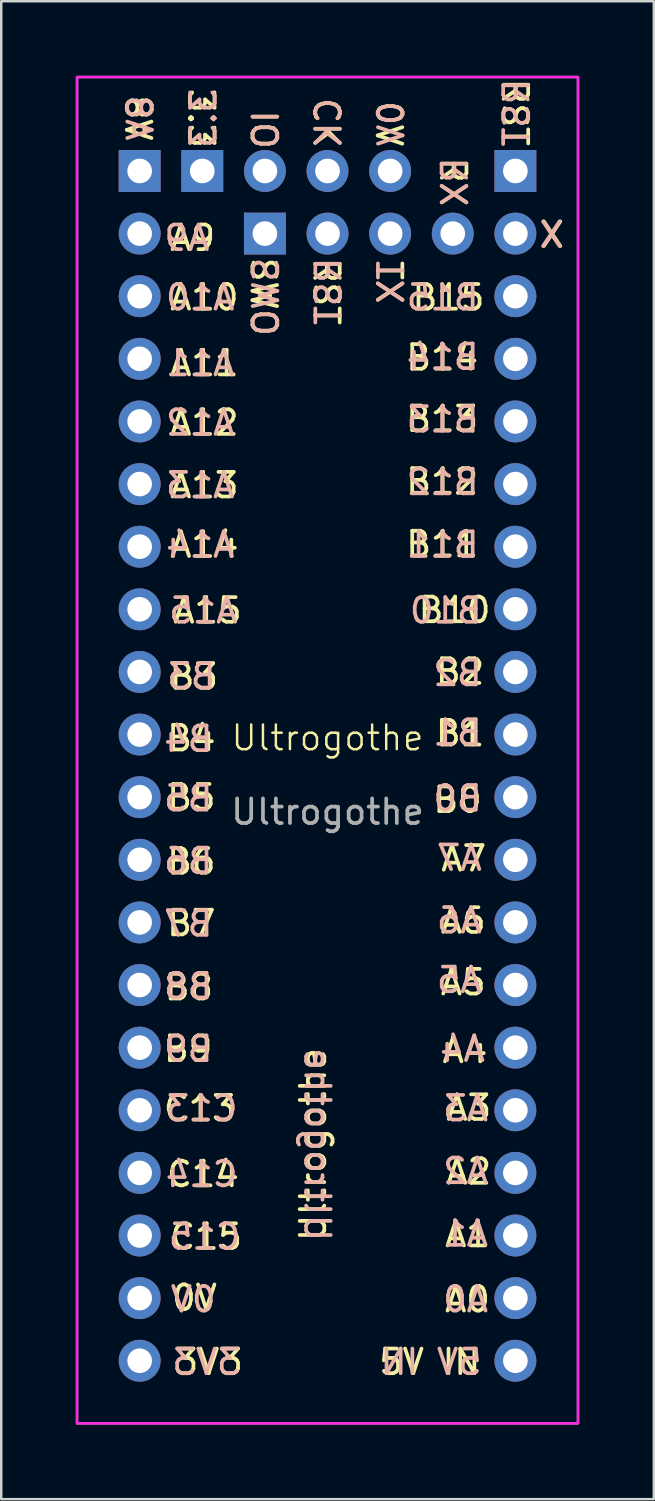
<source format=kicad_pcb>
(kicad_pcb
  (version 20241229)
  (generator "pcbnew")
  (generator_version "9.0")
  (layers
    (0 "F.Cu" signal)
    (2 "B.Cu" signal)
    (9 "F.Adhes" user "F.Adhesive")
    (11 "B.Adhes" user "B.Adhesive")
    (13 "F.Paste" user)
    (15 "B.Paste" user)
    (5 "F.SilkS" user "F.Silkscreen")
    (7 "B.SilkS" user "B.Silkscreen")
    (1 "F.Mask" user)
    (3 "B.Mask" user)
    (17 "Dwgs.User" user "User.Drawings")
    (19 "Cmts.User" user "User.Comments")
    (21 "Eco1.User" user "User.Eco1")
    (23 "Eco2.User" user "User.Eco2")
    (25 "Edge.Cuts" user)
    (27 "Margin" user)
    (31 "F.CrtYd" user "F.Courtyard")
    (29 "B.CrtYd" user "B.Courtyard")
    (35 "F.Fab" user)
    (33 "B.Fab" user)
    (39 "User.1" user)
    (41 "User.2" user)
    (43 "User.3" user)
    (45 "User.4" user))
  (footprint "Ultrogothe"
    (layer "F.Cu")
    (at 10.235 27.38)
    (property "Reference" "Ultrogothe" (at 0 -0.5 0) (unlocked yes) (layer "F.SilkS") (effects (font (size 1 1) (thickness 0.1))))
    (attr through_hole)
    (fp_rect (start -10.16 -27.305) (end 10.16 27.305) (stroke (width 0.1) (type default)) (fill no) (layer "F.CrtYd"))
    (fp_rect (start -10.16 -27.305) (end 10.16 27.305) (stroke (width 0.1) (type default)) (fill no) (layer "F.Fab"))
    (fp_line (start -10.16 -27.305) (end 10.16 27.305) (stroke (width 0.15) (type default)) (layer "User.9"))
    (fp_line (start -10.16 27.305) (end 10.16 -27.305) (stroke (width 0.15) (type default)) (layer "User.9"))
    (fp_text user "TX" (at 1.905 -19.939 270) (unlocked yes) (layer "F.SilkS") (effects (font (size 1 1) (thickness 0.15)) (justify left bottom)))
    (fp_text user "A8" (at -7.01 -24.638 90) (unlocked yes) (layer "F.SilkS") (effects (font (size 1 1) (thickness 0.15)) (justify left bottom)))
    (fp_text user "A15" (at -6.35 -5.08 0) (unlocked yes) (layer "F.SilkS") (effects (font (size 1 1) (thickness 0.15)) (justify left bottom)))
    (fp_text user "0V" (at 1.905 -26.416 270) (unlocked yes) (layer "F.SilkS") (effects (font (size 1 1) (thickness 0.15)) (justify left bottom)))
    (fp_text user "A13" (at -6.477 -10.16 0) (unlocked yes) (layer "F.SilkS") (effects (font (size 1 1) (thickness 0.15)) (justify left bottom)))
    (fp_text user "B13" (at 3.099 -12.852 0) (unlocked yes) (layer "F.SilkS") (effects (font (size 1 1) (thickness 0.15)) (justify left bottom)))
    (fp_text user "B11" (at 3.099 -7.772 0) (unlocked yes) (layer "F.SilkS") (effects (font (size 1 1) (thickness 0.15)) (justify left bottom)))
    (fp_text user "B6" (at -6.6 5.1 0) (unlocked yes) (layer "F.SilkS") (effects (font (size 1 1) (thickness 0.15)) (justify left bottom)))
    (fp_text user "RX\n\n" (at 2.896 -24.13 270) (unlocked yes) (layer "F.SilkS") (effects (font (size 1 1) (thickness 0.15)) (justify left bottom)))
    (fp_text user "A12" (at -6.477 -12.7 0) (unlocked yes) (layer "F.SilkS") (effects (font (size 1 1) (thickness 0.15)) (justify left bottom)))
    (fp_text user "SWO" (at -3.175 -20.066 270) (unlocked yes) (layer "F.SilkS") (effects (font (size 1 1) (thickness 0.15)) (justify left bottom)))
    (fp_text user "A6" (at 4.5 7.5 0) (unlocked yes) (layer "F.SilkS") (effects (font (size 1 1) (thickness 0.15)) (justify left bottom)))
    (fp_text user "IO" (at -3.175 -26.035 270) (unlocked yes) (layer "F.SilkS") (effects (font (size 1 1) (thickness 0.15)) (justify left bottom)))
    (fp_text user "A5" (at 4.5 10 0) (unlocked yes) (layer "F.SilkS") (effects (font (size 1 1) (thickness 0.15)) (justify left bottom)))
    (fp_text user "5V IN" (at 2 25.4 0) (unlocked yes) (layer "F.SilkS") (effects (font (size 1 1) (thickness 0.15)) (justify left bottom)))
    (fp_text user "0V" (at -6.4 22.8 0) (unlocked yes) (layer "F.SilkS") (effects (font (size 1 1) (thickness 0.15)) (justify left bottom)))
    (fp_text user "C14" (at -6.604 17.78 0) (unlocked yes) (layer "F.SilkS") (effects (font (size 1 1) (thickness 0.15)) (justify left bottom)))
    (fp_text user "A3" (at 4.724 15.088 0) (unlocked yes) (layer "F.SilkS") (effects (font (size 1 1) (thickness 0.15)) (justify left bottom)))
    (fp_text user "B10" (at 3.6 -5.1 0) (unlocked yes) (layer "F.SilkS") (effects (font (size 1 1) (thickness 0.15)) (justify left bottom)))
    (fp_text user "C13" (at -6.731 15.113 0) (unlocked yes) (layer "F.SilkS") (effects (font (size 1 1) (thickness 0.15)) (justify left bottom)))
    (fp_text user "RST" (at -0.635 -20.066 270) (unlocked yes) (layer "F.SilkS") (effects (font (size 1 1) (thickness 0.15)) (justify left bottom)))
    (fp_text user "B5" (at -6.6 2.5 0) (unlocked yes) (layer "F.SilkS") (effects (font (size 1 1) (thickness 0.15)) (justify left bottom)))
    (fp_text user "A11" (at -6.477 -15.113 0) (unlocked yes) (layer "F.SilkS") (effects (font (size 1 1) (thickness 0.15)) (justify left bottom)))
    (fp_text user "A4" (at 4.572 12.751 0) (unlocked yes) (layer "F.SilkS") (effects (font (size 1 1) (thickness 0.15)) (justify left bottom)))
    (fp_text user "B15" (at 3.353 -17.78 0) (unlocked yes) (layer "F.SilkS") (effects (font (size 1 1) (thickness 0.15)) (justify left bottom)))
    (fp_text user "C15" (at -6.477 20.32 0) (unlocked yes) (layer "F.SilkS") (effects (font (size 1 1) (thickness 0.15)) (justify left bottom)))
    (fp_text user "B12" (at 3.099 -10.312 0) (unlocked yes) (layer "F.SilkS") (effects (font (size 1 1) (thickness 0.15)) (justify left bottom)))
    (fp_text user "B9" (at -6.731 12.7 0) (unlocked yes) (layer "F.SilkS") (effects (font (size 1 1) (thickness 0.15)) (justify left bottom)))
    (fp_text user "A1" (at 4.674 20.218 0) (unlocked yes) (layer "F.SilkS") (effects (font (size 1 1) (thickness 0.15)) (justify left bottom)))
    (fp_text user "B7" (at -6.6 7.6 0) (unlocked yes) (layer "F.SilkS") (effects (font (size 1 1) (thickness 0.15)) (justify left bottom)))
    (fp_text user "3V3" (at -6.3 25.4 0) (unlocked yes) (layer "F.SilkS") (effects (font (size 1 1) (thickness 0.15)) (justify left bottom)))
    (fp_text user "B14" (at 3.099 -15.342 0) (unlocked yes) (layer "F.SilkS") (effects (font (size 1 1) (thickness 0.15)) (justify left bottom)))
    (fp_text user "A7" (at 4.521 4.978 0) (unlocked yes) (layer "F.SilkS") (effects (font (size 1 1) (thickness 0.15)) (justify left bottom)))
    (fp_text user "A2" (at 4.724 17.678 0) (unlocked yes) (layer "F.SilkS") (effects (font (size 1 1) (thickness 0.15)) (justify left bottom)))
    (fp_text user "RST" (at 7.01 -27.33 270) (unlocked yes) (layer "F.SilkS") (effects (font (size 1 1) (thickness 0.15)) (justify left bottom)))
    (fp_text user "CK" (at -0.635 -26.543 270) (unlocked yes) (layer "F.SilkS") (effects (font (size 1 1) (thickness 0.15)) (justify left bottom)))
    (fp_text user "B8" (at -6.7 10.2 0) (unlocked yes) (layer "F.SilkS") (effects (font (size 1 1) (thickness 0.15)) (justify left bottom)))
    (fp_text user "B0" (at 4.2 2.6 0) (unlocked yes) (layer "F.SilkS") (effects (font (size 1 1) (thickness 0.15)) (justify left bottom)))
    (fp_text user "Ultrogothe\n" (at 0 20 90) (unlocked yes) (layer "F.SilkS") (effects (font (size 1 1) (thickness 0.15)) (justify left bottom)))
    (fp_text user "3.3" (at -5.715 -26.924 270) (unlocked yes) (layer "F.SilkS") (effects (font (size 1 1) (thickness 0.15)) (justify left bottom)))
    (fp_text user "B4" (at -6.6 0.1 0) (unlocked yes) (layer "F.SilkS") (effects (font (size 1 1) (thickness 0.15)) (justify left bottom)))
    (fp_text user "B1" (at 4.3 -0.1 0) (unlocked yes) (layer "F.SilkS") (effects (font (size 1 1) (thickness 0.15)) (justify left bottom)))
    (fp_text user "A14" (at -6.477 -7.747 0) (unlocked yes) (layer "F.SilkS") (effects (font (size 1 1) (thickness 0.15)) (justify left bottom)))
    (fp_text user "A10" (at -6.477 -17.78 0) (unlocked yes) (layer "F.SilkS") (effects (font (size 1 1) (thickness 0.15)) (justify left bottom)))
    (fp_text user "A0" (at 4.674 22.86 0) (unlocked yes) (layer "F.SilkS") (effects (font (size 1 1) (thickness 0.15)) (justify left bottom)))
    (fp_text user "B3" (at -6.5 -2.4 0) (unlocked yes) (layer "F.SilkS") (effects (font (size 1 1) (thickness 0.15)) (justify left bottom)))
    (fp_text user "B2" (at 4.3 -2.6 0) (unlocked yes) (layer "F.SilkS") (effects (font (size 1 1) (thickness 0.15)) (justify left bottom)))
    (fp_text user "A9" (at -6.477 -20.193 0) (unlocked yes) (layer "F.SilkS") (effects (font (size 1 1) (thickness 0.15)) (justify left bottom)))
    (fp_text user "X" (at 8.534 -20.32 0) (unlocked yes) (layer "F.SilkS") (effects (font (size 1 1) (thickness 0.15)) (justify left bottom)))
    (fp_text user "TX" (at 3.175 -19.939 90) (unlocked yes) (layer "B.SilkS") (effects (font (size 1 1) (thickness 0.15)) (justify left bottom mirror)))
    (fp_text user "A3" (at 6.604 15.113 0) (unlocked yes) (layer "B.SilkS") (effects (font (size 1 1) (thickness 0.15)) (justify left bottom mirror)))
    (fp_text user "3.3" (at -4.445 -26.924 90) (unlocked yes) (layer "B.SilkS") (effects (font (size 1 1) (thickness 0.15)) (justify left bottom mirror)))
    (fp_text user "B5" (at -4.572 2.54 0) (unlocked yes) (layer "B.SilkS") (effects (font (size 1 1) (thickness 0.15)) (justify left bottom mirror)))
    (fp_text user "A1" (at 6.604 20.193 0) (unlocked yes) (layer "B.SilkS") (effects (font (size 1 1) (thickness 0.15)) (justify left bottom mirror)))
    (fp_text user "5V IN" (at 6.35 25.4 0) (unlocked yes) (layer "B.SilkS") (effects (font (size 1 1) (thickness 0.15)) (justify left bottom mirror)))
    (fp_text user "A2" (at 6.604 17.653 0) (unlocked yes) (layer "B.SilkS") (effects (font (size 1 1) (thickness 0.15)) (justify left bottom mirror)))
    (fp_text user "B2" (at 6.35 -2.54 0) (unlocked yes) (layer "B.SilkS") (effects (font (size 1 1) (thickness 0.15)) (justify left bottom mirror)))
    (fp_text user "B1" (at 6.35 -0.127 0) (unlocked yes) (layer "B.SilkS") (effects (font (size 1 1) (thickness 0.15)) (justify left bottom mirror)))
    (fp_text user "RST" (at 0.635 -20.066 90) (unlocked yes) (layer "B.SilkS") (effects (font (size 1 1) (thickness 0.15)) (justify left bottom mirror)))
    (fp_text user "Ultrogothe\n" (at -1 20 270) (unlocked yes) (layer "B.SilkS") (effects (font (size 1 1) (thickness 0.15)) (justify left bottom mirror)))
    (fp_text user "A14" (at -3.683 -7.747 0) (unlocked yes) (layer "B.SilkS") (effects (font (size 1 1) (thickness 0.15)) (justify left bottom mirror)))
    (fp_text user "B15" (at 6.223 -17.78 0) (unlocked yes) (layer "B.SilkS") (effects (font (size 1 1) (thickness 0.15)) (justify left bottom mirror)))
    (fp_text user "RST" (at 8.255 -27.305 90) (unlocked yes) (layer "B.SilkS") (effects (font (size 1 1) (thickness 0.15)) (justify left bottom mirror)))
    (fp_text user "B4" (at -4.572 0.127 0) (unlocked yes) (layer "B.SilkS") (effects (font (size 1 1) (thickness 0.15)) (justify left bottom mirror)))
    (fp_text user "A13" (at -3.683 -10.16 0) (unlocked yes) (layer "B.SilkS") (effects (font (size 1 1) (thickness 0.15)) (justify left bottom mirror)))
    (fp_text user "B8" (at -4.572 10.16 0) (unlocked yes) (layer "B.SilkS") (effects (font (size 1 1) (thickness 0.15)) (justify left bottom mirror)))
    (fp_text user "B6" (at -4.572 5.08 0) (unlocked yes) (layer "B.SilkS") (effects (font (size 1 1) (thickness 0.15)) (justify left bottom mirror)))
    (fp_text user "B9" (at -4.572 12.7 0) (unlocked yes) (layer "B.SilkS") (effects (font (size 1 1) (thickness 0.15)) (justify left bottom mirror)))
    (fp_text user "B7" (at -4.572 7.62 0) (unlocked yes) (layer "B.SilkS") (effects (font (size 1 1) (thickness 0.15)) (justify left bottom mirror)))
    (fp_text user "0V" (at 3.175 -26.416 90) (unlocked yes) (layer "B.SilkS") (effects (font (size 1 1) (thickness 0.15)) (justify left bottom mirror)))
    (fp_text user "X" (at 9.652 -20.32 0) (unlocked yes) (layer "B.SilkS") (effects (font (size 1 1) (thickness 0.15)) (justify left bottom mirror)))
    (fp_text user "A4" (at 6.477 12.7 0) (unlocked yes) (layer "B.SilkS") (effects (font (size 1 1) (thickness 0.15)) (justify left bottom mirror)))
    (fp_text user "B11" (at 6.223 -7.747 0) (unlocked yes) (layer "B.SilkS") (effects (font (size 1 1) (thickness 0.15)) (justify left bottom mirror)))
    (fp_text user "CK" (at 0.635 -26.543 90) (unlocked yes) (layer "B.SilkS") (effects (font (size 1 1) (thickness 0.15)) (justify left bottom mirror)))
    (fp_text user "B10" (at 6.35 -5.08 0) (unlocked yes) (layer "B.SilkS") (effects (font (size 1 1) (thickness 0.15)) (justify left bottom mirror)))
    (fp_text user "SWO" (at -1.905 -20.066 90) (unlocked yes) (layer "B.SilkS") (effects (font (size 1 1) (thickness 0.15)) (justify left bottom mirror)))
    (fp_text user "RX\n\n" (at 7.366 -24.13 90) (unlocked yes) (layer "B.SilkS") (effects (font (size 1 1) (thickness 0.15)) (justify left bottom mirror)))
    (fp_text user "A15" (at -3.556 -5.08 0) (unlocked yes) (layer "B.SilkS") (effects (font (size 1 1) (thickness 0.15)) (justify left bottom mirror)))
    (fp_text user "A10" (at -3.683 -17.78 0) (unlocked yes) (layer "B.SilkS") (effects (font (size 1 1) (thickness 0.15)) (justify left bottom mirror)))
    (fp_text user "B3" (at -4.445 -2.413 0) (unlocked yes) (layer "B.SilkS") (effects (font (size 1 1) (thickness 0.15)) (justify left bottom mirror)))
    (fp_text user "B14" (at 6.223 -15.367 0) (unlocked yes) (layer "B.SilkS") (effects (font (size 1 1) (thickness 0.15)) (justify left bottom mirror)))
    (fp_text user "B12" (at 6.223 -10.287 0) (unlocked yes) (layer "B.SilkS") (effects (font (size 1 1) (thickness 0.15)) (justify left bottom mirror)))
    (fp_text user "A12" (at -3.683 -12.7 0) (unlocked yes) (layer "B.SilkS") (effects (font (size 1 1) (thickness 0.15)) (justify left bottom mirror)))
    (fp_text user "A5" (at 6.35 9.906 0) (unlocked yes) (layer "B.SilkS") (effects (font (size 1 1) (thickness 0.15)) (justify left bottom mirror)))
    (fp_text user "3V3" (at -3.429 25.4 0) (unlocked yes) (layer "B.SilkS") (effects (font (size 1 1) (thickness 0.15)) (justify left bottom mirror)))
    (fp_text user "A0" (at 6.604 22.86 0) (unlocked yes) (layer "B.SilkS") (effects (font (size 1 1) (thickness 0.15)) (justify left bottom mirror)))
    (fp_text user "A7" (at 6.35 4.953 0) (unlocked yes) (layer "B.SilkS") (effects (font (size 1 1) (thickness 0.15)) (justify left bottom mirror)))
    (fp_text user "A8" (at -8.255 -24.638 270) (unlocked yes) (layer "B.SilkS") (effects (font (size 1 1) (thickness 0.15)) (justify left bottom mirror)))
    (fp_text user "C13" (at -3.556 15.113 0) (unlocked yes) (layer "B.SilkS") (effects (font (size 1 1) (thickness 0.15)) (justify left bottom mirror)))
    (fp_text user "A6" (at 6.35 7.493 0) (unlocked yes) (layer "B.SilkS") (effects (font (size 1 1) (thickness 0.15)) (justify left bottom mirror)))
    (fp_text user "B0" (at 6.35 2.54 0) (unlocked yes) (layer "B.SilkS") (effects (font (size 1 1) (thickness 0.15)) (justify left bottom mirror)))
    (fp_text user "0V" (at -4.445 22.86 0) (unlocked yes) (layer "B.SilkS") (effects (font (size 1 1) (thickness 0.15)) (justify left bottom mirror)))
    (fp_text user "A11" (at -3.683 -15.113 0) (unlocked yes) (layer "B.SilkS") (effects (font (size 1 1) (thickness 0.15)) (justify left bottom mirror)))
    (fp_text user "B13" (at 6.223 -12.827 0) (unlocked yes) (layer "B.SilkS") (effects (font (size 1 1) (thickness 0.15)) (justify left bottom mirror)))
    (fp_text user "IO" (at -1.905 -26.035 90) (unlocked yes) (layer "B.SilkS") (effects (font (size 1 1) (thickness 0.15)) (justify left bottom mirror)))
    (fp_text user "A9" (at -4.699 -20.193 0) (unlocked yes) (layer "B.SilkS") (effects (font (size 1 1) (thickness 0.15)) (justify left bottom mirror)))
    (fp_text user "C15" (at -3.429 20.32 0) (unlocked yes) (layer "B.SilkS") (effects (font (size 1 1) (thickness 0.15)) (justify left bottom mirror)))
    (fp_text user "C14" (at -3.556 17.78 0) (unlocked yes) (layer "B.SilkS") (effects (font (size 1 1) (thickness 0.15)) (justify left bottom mirror)))
    (fp_text user "${REFERENCE}" (at 0 2.5 0) (unlocked yes) (layer "F.Fab") (effects (font (size 1 1) (thickness 0.15))))
    (pad "1" thru_hole rect (at -7.62 -23.495 180) (size 1.7 1.7) (drill 1) (layers "*.Cu" "*.Mask"))
    (pad "2" thru_hole oval (at -7.62 -20.955 180) (size 1.7 1.7) (drill 1) (layers "*.Cu" "*.Mask"))
    (pad "3" thru_hole oval (at -7.62 -18.415 180) (size 1.7 1.7) (drill 1) (layers "*.Cu" "*.Mask"))
    (pad "4" thru_hole oval (at -7.62 -15.875 180) (size 1.7 1.7) (drill 1) (layers "*.Cu" "*.Mask"))
    (pad "5" thru_hole oval (at -7.62 -13.335 180) (size 1.7 1.7) (drill 1) (layers "*.Cu" "*.Mask"))
    (pad "6" thru_hole oval (at -7.62 -10.795 180) (size 1.7 1.7) (drill 1) (layers "*.Cu" "*.Mask"))
    (pad "7" thru_hole oval (at -7.62 -8.255 180) (size 1.7 1.7) (drill 1) (layers "*.Cu" "*.Mask"))
    (pad "8" thru_hole oval (at -7.62 -5.715 180) (size 1.7 1.7) (drill 1) (layers "*.Cu" "*.Mask"))
    (pad "9" thru_hole oval (at -7.62 -3.175 180) (size 1.7 1.7) (drill 1) (layers "*.Cu" "*.Mask"))
    (pad "10" thru_hole oval (at -7.62 -0.635 180) (size 1.7 1.7) (drill 1) (layers "*.Cu" "*.Mask"))
    (pad "11" thru_hole oval (at -7.62 1.905 180) (size 1.7 1.7) (drill 1) (layers "*.Cu" "*.Mask"))
    (pad "12" thru_hole oval (at -7.62 4.445 180) (size 1.7 1.7) (drill 1) (layers "*.Cu" "*.Mask"))
    (pad "13" thru_hole oval (at -7.62 6.985 180) (size 1.7 1.7) (drill 1) (layers "*.Cu" "*.Mask"))
    (pad "14" thru_hole oval (at -7.62 9.525 180) (size 1.7 1.7) (drill 1) (layers "*.Cu" "*.Mask"))
    (pad "15" thru_hole oval (at -7.62 12.065 180) (size 1.7 1.7) (drill 1) (layers "*.Cu" "*.Mask"))
    (pad "16" thru_hole oval (at -7.62 14.605 180) (size 1.7 1.7) (drill 1) (layers "*.Cu" "*.Mask"))
    (pad "17" thru_hole oval (at -7.62 17.145 180) (size 1.7 1.7) (drill 1) (layers "*.Cu" "*.Mask"))
    (pad "18" thru_hole oval (at -7.62 19.685 180) (size 1.7 1.7) (drill 1) (layers "*.Cu" "*.Mask"))
    (pad "19" thru_hole oval (at -7.62 22.225 180) (size 1.7 1.7) (drill 1) (layers "*.Cu" "*.Mask"))
    (pad "20" thru_hole oval (at -7.62 24.765 180) (size 1.7 1.7) (drill 1) (layers "*.Cu" "*.Mask"))
    (pad "21" thru_hole oval (at 7.62 24.765 180) (size 1.7 1.7) (drill 1) (layers "*.Cu" "*.Mask"))
    (pad "22" thru_hole oval (at 7.62 22.225 180) (size 1.7 1.7) (drill 1) (layers "*.Cu" "*.Mask"))
    (pad "23" thru_hole oval (at 7.62 19.685 180) (size 1.7 1.7) (drill 1) (layers "*.Cu" "*.Mask"))
    (pad "24" thru_hole oval (at 7.62 17.145 180) (size 1.7 1.7) (drill 1) (layers "*.Cu" "*.Mask"))
    (pad "25" thru_hole oval (at 7.62 14.605 180) (size 1.7 1.7) (drill 1) (layers "*.Cu" "*.Mask"))
    (pad "26" thru_hole oval (at 7.62 12.065 180) (size 1.7 1.7) (drill 1) (layers "*.Cu" "*.Mask"))
    (pad "27" thru_hole oval (at 7.62 9.525 180) (size 1.7 1.7) (drill 1) (layers "*.Cu" "*.Mask"))
    (pad "28" thru_hole oval (at 7.62 6.985 180) (size 1.7 1.7) (drill 1) (layers "*.Cu" "*.Mask"))
    (pad "29" thru_hole oval (at 7.62 4.445 180) (size 1.7 1.7) (drill 1) (layers "*.Cu" "*.Mask"))
    (pad "30" thru_hole oval (at 7.62 1.905 180) (size 1.7 1.7) (drill 1) (layers "*.Cu" "*.Mask"))
    (pad "31" thru_hole oval (at 7.62 -0.635 180) (size 1.7 1.7) (drill 1) (layers "*.Cu" "*.Mask"))
    (pad "32" thru_hole oval (at 7.62 -3.175 180) (size 1.7 1.7) (drill 1) (layers "*.Cu" "*.Mask"))
    (pad "33" thru_hole oval (at 7.62 -5.715 180) (size 1.7 1.7) (drill 1) (layers "*.Cu" "*.Mask"))
    (pad "34" thru_hole oval (at 7.62 -8.255 180) (size 1.7 1.7) (drill 1) (layers "*.Cu" "*.Mask"))
    (pad "35" thru_hole oval (at 7.62 -10.795 180) (size 1.7 1.7) (drill 1) (layers "*.Cu" "*.Mask"))
    (pad "36" thru_hole oval (at 7.62 -13.335 180) (size 1.7 1.7) (drill 1) (layers "*.Cu" "*.Mask"))
    (pad "37" thru_hole oval (at 7.62 -15.875 180) (size 1.7 1.7) (drill 1) (layers "*.Cu" "*.Mask"))
    (pad "38" thru_hole oval (at 7.62 -18.415 180) (size 1.7 1.7) (drill 1) (layers "*.Cu" "*.Mask"))
    (pad "39" thru_hole oval (at 7.62 -20.955 180) (size 1.7 1.7) (drill 1) (layers "*.Cu" "*.Mask"))
    (pad "40" thru_hole rect (at 7.62 -23.495 180) (size 1.7 1.7) (drill 1) (layers "*.Cu" "*.Mask"))
    (pad "41" thru_hole oval (at 5.08 -20.955 270) (size 1.7 1.7) (drill 1) (layers "*.Cu" "*.Mask"))
    (pad "42" thru_hole oval (at 2.54 -20.955 270) (size 1.7 1.7) (drill 1) (layers "*.Cu" "*.Mask"))
    (pad "43" thru_hole oval (at 0 -20.955 270) (size 1.7 1.7) (drill 1) (layers "*.Cu" "*.Mask"))
    (pad "44" thru_hole rect (at -2.54 -20.955 270) (size 1.7 1.7) (drill 1) (layers "*.Cu" "*.Mask"))
    (pad "45" thru_hole oval (at 2.54 -23.495 270) (size 1.7 1.7) (drill 1) (layers "*.Cu" "*.Mask"))
    (pad "46" thru_hole oval (at 0 -23.495 270) (size 1.7 1.7) (drill 1) (layers "*.Cu" "*.Mask"))
    (pad "47" thru_hole oval (at -2.54 -23.495 270) (size 1.7 1.7) (drill 1) (layers "*.Cu" "*.Mask"))
    (pad "48" thru_hole rect (at -5.08 -23.495 270) (size 1.7 1.7) (drill 1) (layers "*.Cu" "*.Mask")))
  (gr_rect
    (start -3 -3)
    (end 23.47 57.76)
    (stroke (width 0.1) (type default))
    (fill no)
    (layer "Edge.Cuts")))
</source>
